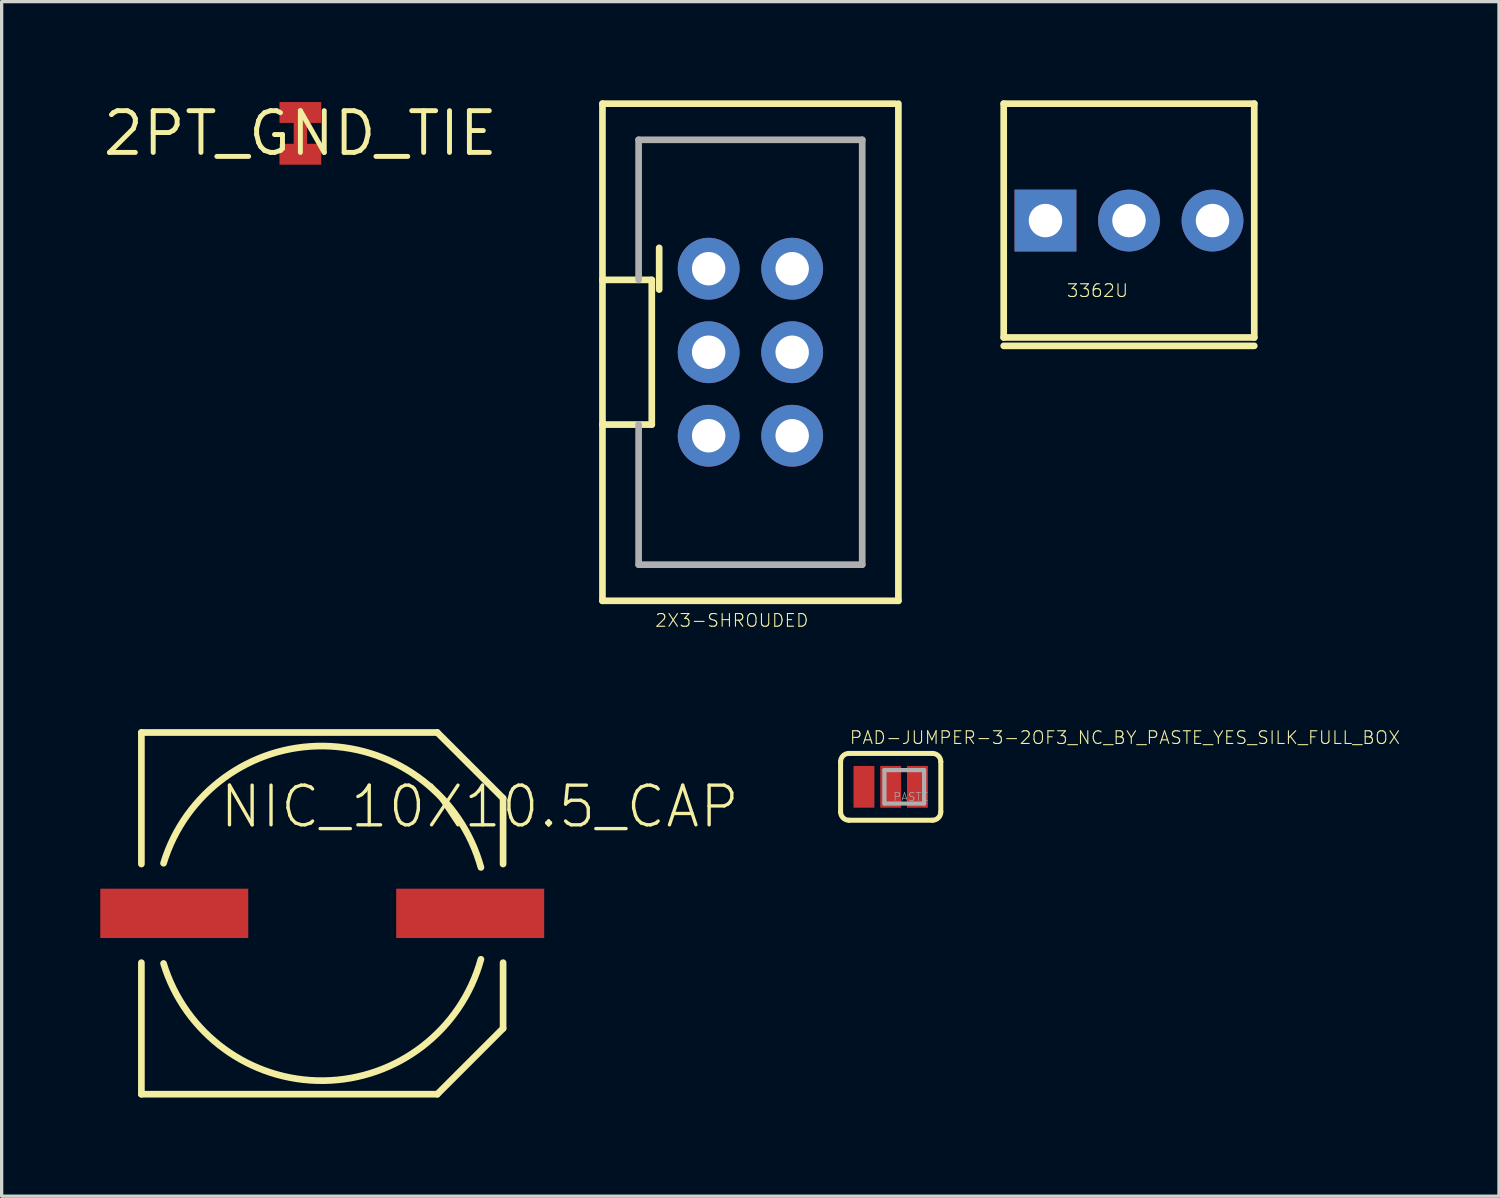
<source format=kicad_pcb>
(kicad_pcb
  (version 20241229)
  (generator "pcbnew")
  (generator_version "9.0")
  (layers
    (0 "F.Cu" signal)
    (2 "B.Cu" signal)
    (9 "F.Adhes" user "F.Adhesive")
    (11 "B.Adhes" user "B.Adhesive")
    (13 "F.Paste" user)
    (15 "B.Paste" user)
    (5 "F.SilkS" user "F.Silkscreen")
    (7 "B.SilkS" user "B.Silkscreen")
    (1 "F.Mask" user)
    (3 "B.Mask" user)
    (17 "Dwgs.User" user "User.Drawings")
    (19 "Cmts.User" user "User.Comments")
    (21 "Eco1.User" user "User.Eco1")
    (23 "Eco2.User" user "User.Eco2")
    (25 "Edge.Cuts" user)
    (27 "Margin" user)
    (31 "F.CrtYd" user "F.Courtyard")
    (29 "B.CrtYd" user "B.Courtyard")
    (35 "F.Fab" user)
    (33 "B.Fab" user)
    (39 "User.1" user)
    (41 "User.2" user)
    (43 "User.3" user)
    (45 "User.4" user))
  (footprint "3362U"
    (layer "F.Cu")
    (at 28.745 6.198)
    (property "Reference" "3362U" (at 2.54 -0.635 0) (layer "F.SilkS") (effects (font (size 0.386 0.386) (thickness 0.033)) (justify right top)))
    (attr through_hole)
    (fp_line (start -1.27 -6.096) (end -1.27 1.016) (stroke (width 0.203) (type solid)) (layer "F.SilkS"))
    (fp_line (start -1.27 1.016) (end 6.35 1.016) (stroke (width 0.203) (type solid)) (layer "F.SilkS"))
    (fp_line (start -1.27 1.27) (end 6.35 1.27) (stroke (width 0.203) (type solid)) (layer "F.SilkS"))
    (fp_line (start 6.35 -6.096) (end -1.27 -6.096) (stroke (width 0.203) (type solid)) (layer "F.SilkS"))
    (fp_line (start 6.35 1.016) (end 6.35 -6.096) (stroke (width 0.203) (type solid)) (layer "F.SilkS"))
    (pad "P$1" thru_hole rect (at 0 -2.54) (size 1.88 1.88) (drill 1.016) (layers "*.Cu" "*.Mask"))
    (pad "P$2" thru_hole circle (at 2.54 -2.54) (size 1.88 1.88) (drill 1.016) (layers "*.Cu" "*.Mask"))
    (pad "P$3" thru_hole circle (at 5.08 -2.54) (size 1.88 1.88) (drill 1.016) (layers "*.Cu" "*.Mask")))
  (footprint "PAD-JUMPER-3-2OF3_NC_BY_PASTE_YES_SILK_FULL_BOX"
    (layer "F.Cu")
    (at 24.038 20.879)
    (property "Reference" "PAD-JUMPER-3-2OF3_NC_BY_PASTE_YES_SILK_FULL_BOX" (at -1.27 -1.27 0) (layer "F.SilkS") (effects (font (size 0.386 0.386) (thickness 0.033)) (justify left bottom)))
    (attr through_hole)
    (fp_line (start -1.524 0.762) (end -1.524 -0.762) (stroke (width 0.152) (type solid)) (layer "F.SilkS"))
    (fp_line (start -1.27 -1.016) (end 1.27 -1.016) (stroke (width 0.152) (type solid)) (layer "F.SilkS"))
    (fp_line (start 1.27 1.016) (end -1.27 1.016) (stroke (width 0.152) (type solid)) (layer "F.SilkS"))
    (fp_line (start 1.524 0.762) (end 1.524 -0.762) (stroke (width 0.152) (type solid)) (layer "F.SilkS"))
    (fp_arc (start -1.524 -0.762) (mid -1.449605 -0.941605) (end -1.27 -1.016) (stroke (width 0.1524) (type solid)) (layer "F.SilkS"))
    (fp_arc (start -1.27 1.016) (mid -1.449605 0.941605) (end -1.524 0.762) (stroke (width 0.1524) (type solid)) (layer "F.SilkS"))
    (fp_arc (start 1.27 -1.016) (mid 1.449605 -0.941605) (end 1.524 -0.762) (stroke (width 0.1524) (type solid)) (layer "F.SilkS"))
    (fp_arc (start 1.524 0.762) (mid 1.449605 0.941605) (end 1.27 1.016) (stroke (width 0.1524) (type solid)) (layer "F.SilkS"))
    (fp_poly (pts (xy -0.279 1.016) (xy 1.422 1.016) (xy 1.422 -0.991) (xy -0.279 -0.991)) (stroke (width 0) (type solid)) (fill yes) (layer "F.Paste"))
    (fp_line (start -0.191 -0.508) (end -0.191 0.508) (stroke (width 0.127) (type solid)) (layer "F.Fab"))
    (fp_line (start -0.191 0.508) (end 1.016 0.508) (stroke (width 0.127) (type solid)) (layer "F.Fab"))
    (fp_line (start 1.016 -0.508) (end -0.191 -0.508) (stroke (width 0.127) (type solid)) (layer "F.Fab"))
    (fp_line (start 1.016 0.508) (end 1.016 -0.508) (stroke (width 0.127) (type solid)) (layer "F.Fab"))
    (fp_text user "PASTE" (at 0.064 0.445 0) (layer "F.Fab") (effects (font (size 0.241 0.241) (thickness 0.02)) (justify left bottom)))
    (pad "1" smd rect (at -0.813 0) (size 0.635 1.27) (layers "F.Cu" "F.Mask"))
    (pad "2" smd rect (at 0 0) (size 0.635 1.27) (layers "F.Cu" "F.Mask"))
    (pad "3" smd rect (at 0.813 0) (size 0.635 1.27) (layers "F.Cu" "F.Mask")))
  (footprint "2PT_GND_TIE"
    (layer "F.Cu")
    (at 6.085 1.006)
    (property "Reference" "2PT_GND_TIE" (at 0 0 0) (layer "F.SilkS") (effects (font (size 1.27 1.27) (thickness 0.15))))
    (attr through_hole)
    (fp_line (start 0 -0.635) (end 0 0.635) (stroke (width 0.406) (type solid)) (layer "F.Cu"))
    (pad "P$1" smd rect (at 0 -0.635) (size 1.27 0.635) (layers "F.Cu" "F.Mask"))
    (pad "P$2" smd rect (at 0 0.635) (size 1.27 0.635) (layers "F.Cu" "F.Mask")))
  (footprint "NIC_10X10.5_CAP"
    (layer "F.Cu")
    (at 6.75 24.727)
    (property "Reference" "NIC_10X10.5_CAP" (at -3.175 -2.54 0) (layer "F.SilkS") (effects (font (size 1.206 1.206) (thickness 0.102)) (justify left bottom)))
    (attr through_hole)
    (fp_line (start -5.5 -5.5) (end 3.5 -5.5) (stroke (width 0.203) (type solid)) (layer "F.SilkS"))
    (fp_line (start -5.5 -1.5) (end -5.5 -5.5) (stroke (width 0.203) (type solid)) (layer "F.SilkS"))
    (fp_line (start -5.5 5.5) (end -5.5 1.5) (stroke (width 0.203) (type solid)) (layer "F.SilkS"))
    (fp_line (start -5.5 5.5) (end 3.5 5.5) (stroke (width 0.203) (type solid)) (layer "F.SilkS"))
    (fp_line (start 3.5 -5.5) (end 5.5 -3.5) (stroke (width 0.203) (type solid)) (layer "F.SilkS"))
    (fp_line (start 5.5 -3.5) (end 5.5 -1.5) (stroke (width 0.203) (type solid)) (layer "F.SilkS"))
    (fp_line (start 5.5 3.5) (end 3.5 5.5) (stroke (width 0.203) (type solid)) (layer "F.SilkS"))
    (fp_line (start 5.5 3.5) (end 5.5 1.5) (stroke (width 0.203) (type solid)) (layer "F.SilkS"))
    (fp_arc (start -4.826 -1.524) (mid 0.047728 -5.087792) (end 4.826001 -1.397) (stroke (width 0.2032) (type solid)) (layer "F.SilkS"))
    (fp_arc (start 4.826001 1.397) (mid 0.047728 5.087792) (end -4.826 1.524) (stroke (width 0.2032) (type solid)) (layer "F.SilkS"))
    (pad "+" smd rect (at 4.5 0) (size 4.5 1.5) (layers "F.Cu" "F.Mask" "F.Paste"))
    (pad "-" smd rect (at -4.5 0) (size 4.5 1.5) (layers "F.Cu" "F.Mask" "F.Paste")))
  (footprint "2X3-SHROUDED"
    (layer "F.Cu")
    (at 19.772 7.662)
    (property "Reference" "2X3-SHROUDED" (at -2.921 8.382 0) (layer "F.SilkS") (effects (font (size 0.386 0.386) (thickness 0.033)) (justify left bottom)))
    (attr through_hole)
    (fp_line (start -4.5 -7.56) (end 4.4 -7.56) (stroke (width 0.203) (type solid)) (layer "F.SilkS"))
    (fp_line (start -4.5 -2.2) (end -4.5 -7.56) (stroke (width 0.203) (type solid)) (layer "F.SilkS"))
    (fp_line (start -4.5 -2.2) (end -3 -2.2) (stroke (width 0.203) (type solid)) (layer "F.SilkS"))
    (fp_line (start -4.5 2.2) (end -4.5 -2.2) (stroke (width 0.203) (type solid)) (layer "F.SilkS"))
    (fp_line (start -4.5 7.56) (end -4.5 2.2) (stroke (width 0.203) (type solid)) (layer "F.SilkS"))
    (fp_line (start -3 -2.2) (end -3 2.2) (stroke (width 0.203) (type solid)) (layer "F.SilkS"))
    (fp_line (start -3 2.2) (end -4.5 2.2) (stroke (width 0.203) (type solid)) (layer "F.SilkS"))
    (fp_line (start -2.775 -3.175) (end -2.775 -1.905) (stroke (width 0.203) (type solid)) (layer "F.SilkS"))
    (fp_line (start 4.5 -7.56) (end 4.5 7.56) (stroke (width 0.203) (type solid)) (layer "F.SilkS"))
    (fp_line (start 4.5 7.56) (end -4.5 7.56) (stroke (width 0.203) (type solid)) (layer "F.SilkS"))
    (fp_line (start -3.4 -6.46) (end -3.4 -2.2) (stroke (width 0.203) (type solid)) (layer "F.Fab"))
    (fp_line (start -3.4 -6.46) (end 3.4 -6.46) (stroke (width 0.203) (type solid)) (layer "F.Fab"))
    (fp_line (start -3.4 6.46) (end -3.4 2.2) (stroke (width 0.203) (type solid)) (layer "F.Fab"))
    (fp_line (start -3.4 6.46) (end 3.4 6.46) (stroke (width 0.203) (type solid)) (layer "F.Fab"))
    (fp_line (start 3.4 -6.46) (end 3.4 6.46) (stroke (width 0.203) (type solid)) (layer "F.Fab"))
    (fp_poly (pts (xy -1.524 -2.286) (xy -1.016 -2.286) (xy -1.016 -2.794) (xy -1.524 -2.794)) (stroke (width 0.1) (type solid)) (fill no) (layer "F.Fab"))
    (fp_poly (pts (xy -1.524 0.254) (xy -1.016 0.254) (xy -1.016 -0.254) (xy -1.524 -0.254)) (stroke (width 0.1) (type solid)) (fill no) (layer "F.Fab"))
    (fp_poly (pts (xy -1.524 2.794) (xy -1.016 2.794) (xy -1.016 2.286) (xy -1.524 2.286)) (stroke (width 0.1) (type solid)) (fill no) (layer "F.Fab"))
    (fp_poly (pts (xy -1.524 2.794) (xy -1.016 2.794) (xy -1.016 2.286) (xy -1.524 2.286)) (stroke (width 0.1) (type solid)) (fill no) (layer "F.Fab"))
    (fp_poly (pts (xy 1.016 -2.286) (xy 1.524 -2.286) (xy 1.524 -2.794) (xy 1.016 -2.794)) (stroke (width 0.1) (type solid)) (fill no) (layer "F.Fab"))
    (fp_poly (pts (xy 1.016 0.254) (xy 1.524 0.254) (xy 1.524 -0.254) (xy 1.016 -0.254)) (stroke (width 0.1) (type solid)) (fill no) (layer "F.Fab"))
    (fp_poly (pts (xy 1.016 2.794) (xy 1.524 2.794) (xy 1.524 2.286) (xy 1.016 2.286)) (stroke (width 0.1) (type solid)) (fill no) (layer "F.Fab"))
    (fp_poly (pts (xy 1.016 2.794) (xy 1.524 2.794) (xy 1.524 2.286) (xy 1.016 2.286)) (stroke (width 0.1) (type solid)) (fill no) (layer "F.Fab"))
    (pad "1" thru_hole circle (at -1.27 -2.54 270) (size 1.88 1.88) (drill 1.016) (layers "*.Cu" "*.Mask"))
    (pad "2" thru_hole circle (at 1.27 -2.54 270) (size 1.88 1.88) (drill 1.016) (layers "*.Cu" "*.Mask"))
    (pad "3" thru_hole circle (at -1.27 0 270) (size 1.88 1.88) (drill 1.016) (layers "*.Cu" "*.Mask"))
    (pad "4" thru_hole circle (at 1.27 0 270) (size 1.88 1.88) (drill 1.016) (layers "*.Cu" "*.Mask"))
    (pad "5" thru_hole circle (at -1.27 2.54 270) (size 1.88 1.88) (drill 1.016) (layers "*.Cu" "*.Mask"))
    (pad "6" thru_hole circle (at 1.27 2.54 270) (size 1.88 1.88) (drill 1.016) (layers "*.Cu" "*.Mask")))
  (gr_rect
    (start -3 -3)
    (end 42.537 33.329)
    (stroke (width 0.1) (type default))
    (fill no)
    (layer "Edge.Cuts")))
</source>
